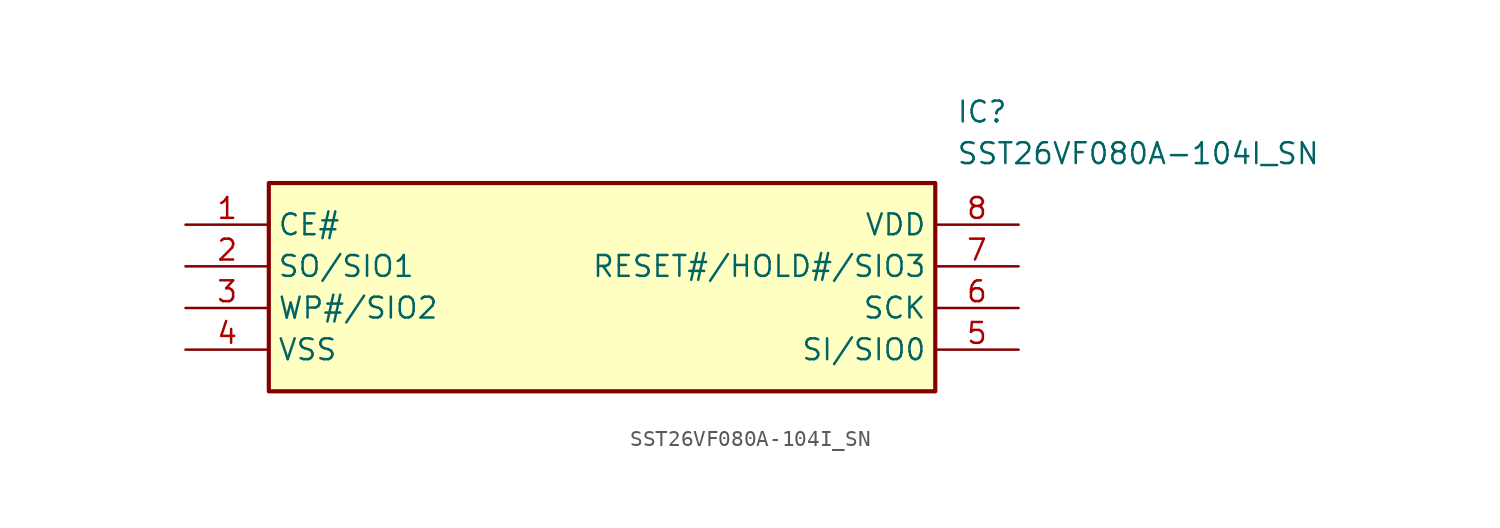
<source format=kicad_sym>
(kicad_symbol_lib
  (version 20211014)
  (generator SamacSys_ECAD_Model)
  (symbol "SST26VF080A-104I_SN"
    (property "Reference" "IC"
      (at 46.99 7.62 0)
      (effects (font (size 1.27 1.27)) (justify left top)))
    (property "Value" "SST26VF080A-104I_SN"
      (at 46.99 5.08 0)
      (effects (font (size 1.27 1.27)) (justify left top)))
    (rectangle
      (start 5.08 2.54)
      (end 45.72 -10.16)
      (stroke (width 0.254) (type default))
      (fill (type background)))
    (pin passive line
      (at 0 0 0)
      (length 5.08)
      (name "CE#" (effects (font (size 1.27 1.27))))
      (number "1" (effects (font (size 1.27 1.27)))))
    (pin passive line
      (at 0 -2.54 0)
      (length 5.08)
      (name "SO/SIO1" (effects (font (size 1.27 1.27))))
      (number "2" (effects (font (size 1.27 1.27)))))
    (pin passive line
      (at 0 -5.08 0)
      (length 5.08)
      (name "WP#/SIO2" (effects (font (size 1.27 1.27))))
      (number "3" (effects (font (size 1.27 1.27)))))
    (pin passive line
      (at 0 -7.62 0)
      (length 5.08)
      (name "VSS" (effects (font (size 1.27 1.27))))
      (number "4" (effects (font (size 1.27 1.27)))))
    (pin passive line
      (at 50.8 0 180)
      (length 5.08)
      (name "VDD" (effects (font (size 1.27 1.27))))
      (number "8" (effects (font (size 1.27 1.27)))))
    (pin passive line
      (at 50.8 -2.54 180)
      (length 5.08)
      (name "RESET#/HOLD#/SIO3" (effects (font (size 1.27 1.27))))
      (number "7" (effects (font (size 1.27 1.27)))))
    (pin passive line
      (at 50.8 -5.08 180)
      (length 5.08)
      (name "SCK" (effects (font (size 1.27 1.27))))
      (number "6" (effects (font (size 1.27 1.27)))))
    (pin passive line
      (at 50.8 -7.62 180)
      (length 5.08)
      (name "SI/SIO0" (effects (font (size 1.27 1.27))))
      (number "5" (effects (font (size 1.27 1.27)))))))
</source>
